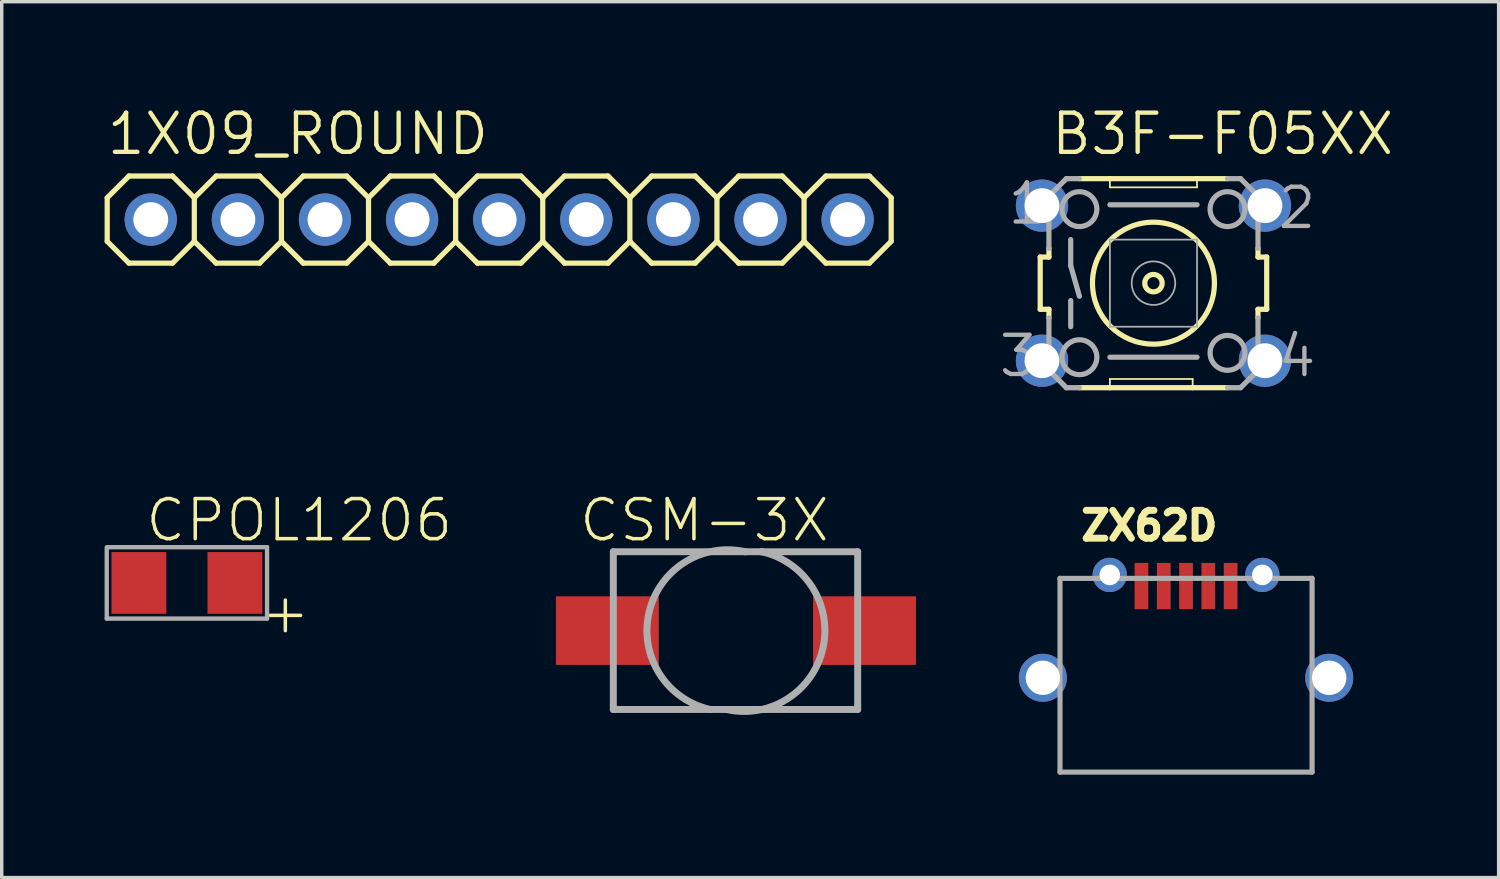
<source format=kicad_pcb>
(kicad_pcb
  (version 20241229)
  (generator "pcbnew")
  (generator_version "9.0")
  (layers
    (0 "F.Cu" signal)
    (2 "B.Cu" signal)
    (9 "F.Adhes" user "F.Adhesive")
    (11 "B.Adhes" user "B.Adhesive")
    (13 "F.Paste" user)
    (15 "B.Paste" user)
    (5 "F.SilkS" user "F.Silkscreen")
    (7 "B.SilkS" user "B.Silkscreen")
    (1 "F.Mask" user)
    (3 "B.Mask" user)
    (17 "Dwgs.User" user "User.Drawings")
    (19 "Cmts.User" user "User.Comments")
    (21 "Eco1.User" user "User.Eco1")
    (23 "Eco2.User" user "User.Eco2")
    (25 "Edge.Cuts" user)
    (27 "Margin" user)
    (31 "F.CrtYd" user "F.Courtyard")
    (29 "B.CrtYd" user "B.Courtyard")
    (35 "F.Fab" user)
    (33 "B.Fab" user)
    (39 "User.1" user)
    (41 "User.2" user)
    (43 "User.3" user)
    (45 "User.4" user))
  (footprint "ZX62D"
    (layer "F.Cu")
    (at 31.534 16.714)
    (property "Reference" "ZX62D" (at -3.16 -3.96 0) (layer "F.SilkS") (effects (font (size 0.813 0.813) (thickness 0.203)) (justify left bottom)))
    (fp_line (start -3.675 -2.9) (end -3.675 2.75) (stroke (width 0.15) (type solid)) (layer "F.Fab"))
    (fp_line (start -3.675 -2.9) (end 3.675 -2.9) (stroke (width 0.15) (type solid)) (layer "F.Fab"))
    (fp_line (start -3.675 2.75) (end 3.675 2.75) (stroke (width 0.15) (type solid)) (layer "F.Fab"))
    (fp_line (start 3.675 -2.9) (end 3.675 2.75) (stroke (width 0.15) (type solid)) (layer "F.Fab"))
    (pad "P$1" smd rect (at -1.3 -2.675 90) (size 1.35 0.4) (layers "F.Cu" "F.Mask" "F.Paste"))
    (pad "P$2" smd rect (at -0.65 -2.675 90) (size 1.35 0.4) (layers "F.Cu" "F.Mask" "F.Paste"))
    (pad "P$3" smd rect (at 0 -2.675 90) (size 1.35 0.4) (layers "F.Cu" "F.Mask" "F.Paste"))
    (pad "P$4" smd roundrect (at 0.65 -2.675 90) (size 1.35 0.4) (layers "F.Cu" "F.Mask" "F.Paste") (roundrect_rratio 0.005))
    (pad "P$5" smd rect (at 1.3 -2.675 90) (size 1.35 0.4) (layers "F.Cu" "F.Mask" "F.Paste"))
    (pad "SH1" thru_hole circle (at -2.225 -3) (size 1 1) (drill 0.6) (layers "*.Cu" "*.Mask"))
    (pad "SH2" thru_hole circle (at 2.225 -3) (size 1 1) (drill 0.6) (layers "*.Cu" "*.Mask"))
    (pad "SH3" thru_hole circle (at -4.175 0) (size 1.4 1.4) (drill 1) (layers "*.Cu" "*.Mask"))
    (pad "SH4" thru_hole circle (at 4.175 0) (size 1.4 1.4) (drill 1) (layers "*.Cu" "*.Mask"))
    (zone (net_name "") (layer "F.Cu") (hatch edge 0.508) (connect_pads) (min_thickness 0.254) (filled_areas_thickness no) (keepout (tracks not_allowed) (vias not_allowed) (pads not_allowed) (copperpour not_allowed) (footprints allowed)) (placement (enabled no)) (fill) (polygon (pts (xy 27.859 15.864) (xy 35.209 15.864) (xy 35.209 14.864) (xy 27.859 14.864))))
    (zone (net_name "") (layer "F.Cu") (hatch edge 0.508) (connect_pads) (min_thickness 0.254) (filled_areas_thickness no) (keepout (tracks not_allowed) (vias not_allowed) (pads not_allowed) (copperpour not_allowed) (footprints allowed)) (placement (enabled no)) (fill) (polygon (pts (xy 27.859 18.164) (xy 35.209 18.164) (xy 35.209 17.564) (xy 27.859 17.564))))
    (zone (net_name "") (layer "F.Cu") (hatch edge 0.508) (connect_pads) (min_thickness 0.254) (filled_areas_thickness no) (keepout (tracks not_allowed) (vias not_allowed) (pads not_allowed) (copperpour not_allowed) (footprints allowed)) (placement (enabled no)) (fill) (polygon (pts (xy 28.934 17.564) (xy 29.484 17.564) (xy 29.484 15.864) (xy 28.934 15.864))))
    (zone (net_name "") (layer "F.Cu") (hatch edge 0.508) (connect_pads) (min_thickness 0.254) (filled_areas_thickness no) (keepout (tracks not_allowed) (vias not_allowed) (pads not_allowed) (copperpour not_allowed) (footprints allowed)) (placement (enabled no)) (fill) (polygon (pts (xy 31.284 17.564) (xy 31.784 17.564) (xy 31.784 15.864) (xy 31.284 15.864))))
    (zone (net_name "") (layer "F.Cu") (hatch edge 0.508) (connect_pads) (min_thickness 0.254) (filled_areas_thickness no) (keepout (tracks not_allowed) (vias not_allowed) (pads not_allowed) (copperpour not_allowed) (footprints allowed)) (placement (enabled no)) (fill) (polygon (pts (xy 33.584 17.564) (xy 34.134 17.564) (xy 34.134 15.864) (xy 33.584 15.864)))))
  (footprint "1X09_ROUND"
    (layer "F.Cu")
    (at 11.506 3.353)
    (property "Reference" "1X09_ROUND" (at -11.506 -1.829 0) (layer "F.SilkS") (effects (font (size 1.143 1.143) (thickness 0.127)) (justify left bottom)))
    (fp_line (start -11.43 -0.635) (end -11.43 0.635) (stroke (width 0.152) (type solid)) (layer "F.SilkS"))
    (fp_line (start -11.43 0.635) (end -10.795 1.27) (stroke (width 0.152) (type solid)) (layer "F.SilkS"))
    (fp_line (start -10.795 -1.27) (end -11.43 -0.635) (stroke (width 0.152) (type solid)) (layer "F.SilkS"))
    (fp_line (start -10.795 -1.27) (end -9.525 -1.27) (stroke (width 0.152) (type solid)) (layer "F.SilkS"))
    (fp_line (start -9.525 -1.27) (end -8.89 -0.635) (stroke (width 0.152) (type solid)) (layer "F.SilkS"))
    (fp_line (start -9.525 1.27) (end -10.795 1.27) (stroke (width 0.152) (type solid)) (layer "F.SilkS"))
    (fp_line (start -8.89 -0.635) (end -8.89 0.635) (stroke (width 0.152) (type solid)) (layer "F.SilkS"))
    (fp_line (start -8.89 -0.635) (end -8.255 -1.27) (stroke (width 0.152) (type solid)) (layer "F.SilkS"))
    (fp_line (start -8.89 0.635) (end -9.525 1.27) (stroke (width 0.152) (type solid)) (layer "F.SilkS"))
    (fp_line (start -8.255 -1.27) (end -6.985 -1.27) (stroke (width 0.152) (type solid)) (layer "F.SilkS"))
    (fp_line (start -8.255 1.27) (end -8.89 0.635) (stroke (width 0.152) (type solid)) (layer "F.SilkS"))
    (fp_line (start -6.985 -1.27) (end -6.35 -0.635) (stroke (width 0.152) (type solid)) (layer "F.SilkS"))
    (fp_line (start -6.985 1.27) (end -8.255 1.27) (stroke (width 0.152) (type solid)) (layer "F.SilkS"))
    (fp_line (start -6.35 -0.635) (end -6.35 0.635) (stroke (width 0.152) (type solid)) (layer "F.SilkS"))
    (fp_line (start -6.35 -0.635) (end -5.715 -1.27) (stroke (width 0.152) (type solid)) (layer "F.SilkS"))
    (fp_line (start -6.35 0.635) (end -6.985 1.27) (stroke (width 0.152) (type solid)) (layer "F.SilkS"))
    (fp_line (start -5.715 -1.27) (end -4.445 -1.27) (stroke (width 0.152) (type solid)) (layer "F.SilkS"))
    (fp_line (start -5.715 1.27) (end -6.35 0.635) (stroke (width 0.152) (type solid)) (layer "F.SilkS"))
    (fp_line (start -4.445 -1.27) (end -3.81 -0.635) (stroke (width 0.152) (type solid)) (layer "F.SilkS"))
    (fp_line (start -4.445 1.27) (end -5.715 1.27) (stroke (width 0.152) (type solid)) (layer "F.SilkS"))
    (fp_line (start -3.81 -0.635) (end -3.81 0.635) (stroke (width 0.152) (type solid)) (layer "F.SilkS"))
    (fp_line (start -3.81 0.635) (end -4.445 1.27) (stroke (width 0.152) (type solid)) (layer "F.SilkS"))
    (fp_line (start -3.81 0.635) (end -3.175 1.27) (stroke (width 0.152) (type solid)) (layer "F.SilkS"))
    (fp_line (start -3.175 -1.27) (end -3.81 -0.635) (stroke (width 0.152) (type solid)) (layer "F.SilkS"))
    (fp_line (start -3.175 -1.27) (end -1.905 -1.27) (stroke (width 0.152) (type solid)) (layer "F.SilkS"))
    (fp_line (start -1.905 -1.27) (end -1.27 -0.635) (stroke (width 0.152) (type solid)) (layer "F.SilkS"))
    (fp_line (start -1.905 1.27) (end -3.175 1.27) (stroke (width 0.152) (type solid)) (layer "F.SilkS"))
    (fp_line (start -1.27 -0.635) (end -1.27 0.635) (stroke (width 0.152) (type solid)) (layer "F.SilkS"))
    (fp_line (start -1.27 -0.635) (end -0.635 -1.27) (stroke (width 0.152) (type solid)) (layer "F.SilkS"))
    (fp_line (start -1.27 0.635) (end -1.905 1.27) (stroke (width 0.152) (type solid)) (layer "F.SilkS"))
    (fp_line (start -0.635 -1.27) (end 0.635 -1.27) (stroke (width 0.152) (type solid)) (layer "F.SilkS"))
    (fp_line (start -0.635 1.27) (end -1.27 0.635) (stroke (width 0.152) (type solid)) (layer "F.SilkS"))
    (fp_line (start 0.635 -1.27) (end 1.27 -0.635) (stroke (width 0.152) (type solid)) (layer "F.SilkS"))
    (fp_line (start 0.635 1.27) (end -0.635 1.27) (stroke (width 0.152) (type solid)) (layer "F.SilkS"))
    (fp_line (start 1.27 -0.635) (end 1.27 0.635) (stroke (width 0.152) (type solid)) (layer "F.SilkS"))
    (fp_line (start 1.27 -0.635) (end 1.905 -1.27) (stroke (width 0.152) (type solid)) (layer "F.SilkS"))
    (fp_line (start 1.27 0.635) (end 0.635 1.27) (stroke (width 0.152) (type solid)) (layer "F.SilkS"))
    (fp_line (start 1.905 -1.27) (end 3.175 -1.27) (stroke (width 0.152) (type solid)) (layer "F.SilkS"))
    (fp_line (start 1.905 1.27) (end 1.27 0.635) (stroke (width 0.152) (type solid)) (layer "F.SilkS"))
    (fp_line (start 3.175 -1.27) (end 3.81 -0.635) (stroke (width 0.152) (type solid)) (layer "F.SilkS"))
    (fp_line (start 3.175 1.27) (end 1.905 1.27) (stroke (width 0.152) (type solid)) (layer "F.SilkS"))
    (fp_line (start 3.81 -0.635) (end 3.81 0.635) (stroke (width 0.152) (type solid)) (layer "F.SilkS"))
    (fp_line (start 3.81 0.635) (end 3.175 1.27) (stroke (width 0.152) (type solid)) (layer "F.SilkS"))
    (fp_line (start 3.81 0.635) (end 4.445 1.27) (stroke (width 0.152) (type solid)) (layer "F.SilkS"))
    (fp_line (start 4.445 -1.27) (end 3.81 -0.635) (stroke (width 0.152) (type solid)) (layer "F.SilkS"))
    (fp_line (start 4.445 -1.27) (end 5.715 -1.27) (stroke (width 0.152) (type solid)) (layer "F.SilkS"))
    (fp_line (start 5.715 -1.27) (end 6.35 -0.635) (stroke (width 0.152) (type solid)) (layer "F.SilkS"))
    (fp_line (start 5.715 1.27) (end 4.445 1.27) (stroke (width 0.152) (type solid)) (layer "F.SilkS"))
    (fp_line (start 6.35 -0.635) (end 6.35 0.635) (stroke (width 0.152) (type solid)) (layer "F.SilkS"))
    (fp_line (start 6.35 -0.635) (end 6.985 -1.27) (stroke (width 0.152) (type solid)) (layer "F.SilkS"))
    (fp_line (start 6.35 0.635) (end 5.715 1.27) (stroke (width 0.152) (type solid)) (layer "F.SilkS"))
    (fp_line (start 6.985 -1.27) (end 8.255 -1.27) (stroke (width 0.152) (type solid)) (layer "F.SilkS"))
    (fp_line (start 6.985 1.27) (end 6.35 0.635) (stroke (width 0.152) (type solid)) (layer "F.SilkS"))
    (fp_line (start 8.255 -1.27) (end 8.89 -0.635) (stroke (width 0.152) (type solid)) (layer "F.SilkS"))
    (fp_line (start 8.255 1.27) (end 6.985 1.27) (stroke (width 0.152) (type solid)) (layer "F.SilkS"))
    (fp_line (start 8.89 -0.635) (end 8.89 0.635) (stroke (width 0.152) (type solid)) (layer "F.SilkS"))
    (fp_line (start 8.89 0.635) (end 8.255 1.27) (stroke (width 0.152) (type solid)) (layer "F.SilkS"))
    (fp_line (start 8.89 0.635) (end 9.525 1.27) (stroke (width 0.152) (type solid)) (layer "F.SilkS"))
    (fp_line (start 9.525 -1.27) (end 8.89 -0.635) (stroke (width 0.152) (type solid)) (layer "F.SilkS"))
    (fp_line (start 9.525 -1.27) (end 10.795 -1.27) (stroke (width 0.152) (type solid)) (layer "F.SilkS"))
    (fp_line (start 10.795 -1.27) (end 11.43 -0.635) (stroke (width 0.152) (type solid)) (layer "F.SilkS"))
    (fp_line (start 10.795 1.27) (end 9.525 1.27) (stroke (width 0.152) (type solid)) (layer "F.SilkS"))
    (fp_line (start 11.43 -0.635) (end 11.43 0.635) (stroke (width 0.152) (type solid)) (layer "F.SilkS"))
    (fp_line (start 11.43 0.635) (end 10.795 1.27) (stroke (width 0.152) (type solid)) (layer "F.SilkS"))
    (pad "1" thru_hole circle (at -10.16 0 90) (size 1.524 1.524) (drill 1.016) (layers "*.Cu" "*.Mask"))
    (pad "2" thru_hole circle (at -7.62 0 90) (size 1.524 1.524) (drill 1.016) (layers "*.Cu" "*.Mask"))
    (pad "3" thru_hole circle (at -5.08 0 90) (size 1.524 1.524) (drill 1.016) (layers "*.Cu" "*.Mask"))
    (pad "4" thru_hole circle (at -2.54 0 90) (size 1.524 1.524) (drill 1.016) (layers "*.Cu" "*.Mask"))
    (pad "5" thru_hole circle (at 0 0 90) (size 1.524 1.524) (drill 1.016) (layers "*.Cu" "*.Mask"))
    (pad "6" thru_hole circle (at 2.54 0 90) (size 1.524 1.524) (drill 1.016) (layers "*.Cu" "*.Mask"))
    (pad "7" thru_hole circle (at 5.08 0 90) (size 1.524 1.524) (drill 1.016) (layers "*.Cu" "*.Mask"))
    (pad "8" thru_hole circle (at 7.62 0 90) (size 1.524 1.524) (drill 1.016) (layers "*.Cu" "*.Mask"))
    (pad "9" thru_hole circle (at 10.16 0 90) (size 1.524 1.524) (drill 1.016) (layers "*.Cu" "*.Mask")))
  (footprint "CPOL1206"
    (layer "F.Cu")
    (at 2.4 13.947)
    (property "Reference" "CPOL1206" (at -1.27 -1.143 0) (layer "F.SilkS") (effects (font (size 1.168 1.168) (thickness 0.102)) (justify left bottom)))
    (fp_line (start -2.337 -0.991) (end -2.337 1.041) (stroke (width 0.127) (type solid)) (layer "F.Fab"))
    (fp_line (start -2.337 1.041) (end 2.337 1.041) (stroke (width 0.127) (type solid)) (layer "F.Fab"))
    (fp_line (start 2.337 -1.041) (end -2.337 -1.041) (stroke (width 0.127) (type solid)) (layer "F.Fab"))
    (fp_line (start 2.337 1.041) (end 2.337 -1.041) (stroke (width 0.127) (type solid)) (layer "F.Fab"))
    (fp_text user "+" (at 2.08 1.54 0) (layer "F.SilkS") (effects (font (size 1.168 1.168) (thickness 0.102)) (justify left bottom)))
    (pad "+" smd rect (at 1.4 0) (size 1.6 1.8) (layers "F.Cu" "F.Mask" "F.Paste"))
    (pad "-" smd rect (at -1.4 0) (size 1.6 1.8) (layers "F.Cu" "F.Mask" "F.Paste")))
  (footprint "CSM-3X"
    (layer "F.Cu")
    (at 18.409 15.338)
    (property "Reference" "CSM-3X" (at -4.629 -2.533 0) (layer "F.SilkS") (effects (font (size 1.168 1.168) (thickness 0.102)) (justify left bottom)))
    (fp_line (start -3.575 -2.3) (end 0.275 -2.3) (stroke (width 0.203) (type solid)) (layer "F.Fab"))
    (fp_line (start -3.575 2.3) (end -3.575 -2.3) (stroke (width 0.203) (type solid)) (layer "F.Fab"))
    (fp_line (start -0.75 2.3) (end -3.575 2.3) (stroke (width 0.203) (type solid)) (layer "F.Fab"))
    (fp_line (start -0.275 2.3) (end -0.75 2.3) (stroke (width 0.203) (type solid)) (layer "F.Fab"))
    (fp_line (start 0.275 -2.3) (end 0.75 -2.3) (stroke (width 0.203) (type solid)) (layer "F.Fab"))
    (fp_line (start 0.75 -2.3) (end 3.55 -2.3) (stroke (width 0.203) (type solid)) (layer "F.Fab"))
    (fp_line (start 3.55 -2.3) (end 3.55 2.3) (stroke (width 0.203) (type solid)) (layer "F.Fab"))
    (fp_line (start 3.55 2.3) (end -0.275 2.3) (stroke (width 0.203) (type solid)) (layer "F.Fab"))
    (fp_arc (start -0.75 2.3) (mid -2.537499 -0.512501) (end 0.275002 -2.3) (stroke (width 0.2032) (type solid)) (layer "F.Fab"))
    (fp_arc (start 0.75 -2.3) (mid 2.537499 0.512501) (end -0.275002 2.3) (stroke (width 0.2032) (type solid)) (layer "F.Fab"))
    (pad "1" smd rect (at -3.75 0) (size 3 2) (layers "F.Cu" "F.Mask" "F.Paste"))
    (pad "2" smd rect (at 3.75 0) (size 3 2) (layers "F.Cu" "F.Mask" "F.Paste")))
  (footprint "B3F-F05XX"
    (layer "F.Cu")
    (at 30.584 5.207)
    (property "Reference" "B3F-F05XX" (at -3.048 -3.683 0) (layer "F.SilkS") (effects (font (size 1.143 1.143) (thickness 0.127)) (justify left bottom)))
    (fp_line (start -3.302 -0.762) (end -3.302 0.762) (stroke (width 0.152) (type solid)) (layer "F.SilkS"))
    (fp_line (start -3.302 -0.762) (end -3.048 -0.762) (stroke (width 0.152) (type solid)) (layer "F.SilkS"))
    (fp_line (start -3.048 -0.762) (end -3.048 -1.016) (stroke (width 0.152) (type solid)) (layer "F.SilkS"))
    (fp_line (start -3.048 0.762) (end -3.302 0.762) (stroke (width 0.152) (type solid)) (layer "F.SilkS"))
    (fp_line (start -3.048 0.762) (end -3.048 1.016) (stroke (width 0.152) (type solid)) (layer "F.SilkS"))
    (fp_line (start -2.159 3.048) (end -1.27 3.048) (stroke (width 0.152) (type solid)) (layer "F.SilkS"))
    (fp_line (start -1.27 -3.048) (end -2.159 -3.048) (stroke (width 0.152) (type solid)) (layer "F.SilkS"))
    (fp_line (start -1.27 -3.048) (end -1.27 -2.794) (stroke (width 0.051) (type solid)) (layer "F.SilkS"))
    (fp_line (start -1.27 2.794) (end -1.27 3.048) (stroke (width 0.051) (type solid)) (layer "F.SilkS"))
    (fp_line (start -1.27 3.048) (end 1.143 3.048) (stroke (width 0.152) (type solid)) (layer "F.SilkS"))
    (fp_line (start 1.143 2.794) (end -1.27 2.794) (stroke (width 0.051) (type solid)) (layer "F.SilkS"))
    (fp_line (start 1.143 2.794) (end 1.143 3.048) (stroke (width 0.051) (type solid)) (layer "F.SilkS"))
    (fp_line (start 1.143 3.048) (end 2.159 3.048) (stroke (width 0.152) (type solid)) (layer "F.SilkS"))
    (fp_line (start 1.27 -3.048) (end -1.27 -3.048) (stroke (width 0.152) (type solid)) (layer "F.SilkS"))
    (fp_line (start 1.27 -2.794) (end -1.27 -2.794) (stroke (width 0.051) (type solid)) (layer "F.SilkS"))
    (fp_line (start 1.27 -2.794) (end 1.27 -3.048) (stroke (width 0.051) (type solid)) (layer "F.SilkS"))
    (fp_line (start 2.159 -3.048) (end 1.27 -3.048) (stroke (width 0.152) (type solid)) (layer "F.SilkS"))
    (fp_line (start 3.048 -0.762) (end 3.048 -1.016) (stroke (width 0.152) (type solid)) (layer "F.SilkS"))
    (fp_line (start 3.048 -0.762) (end 3.302 -0.762) (stroke (width 0.152) (type solid)) (layer "F.SilkS"))
    (fp_line (start 3.048 0.762) (end 3.048 1.016) (stroke (width 0.152) (type solid)) (layer "F.SilkS"))
    (fp_line (start 3.302 0.762) (end 3.048 0.762) (stroke (width 0.152) (type solid)) (layer "F.SilkS"))
    (fp_line (start 3.302 0.762) (end 3.302 -0.762) (stroke (width 0.152) (type solid)) (layer "F.SilkS"))
    (fp_circle (center 0 0) (end 0.254 0) (stroke (width 0.152) (type solid)) (fill no) (layer "F.SilkS"))
    (fp_circle (center 0 0) (end 1.778 0) (stroke (width 0.152) (type solid)) (fill no) (layer "F.SilkS"))
    (fp_line (start -3.048 -2.54) (end -3.048 -1.016) (stroke (width 0.152) (type solid)) (layer "F.Fab"))
    (fp_line (start -3.048 2.54) (end -3.048 1.016) (stroke (width 0.152) (type solid)) (layer "F.Fab"))
    (fp_line (start -2.54 -3.048) (end -3.048 -2.54) (stroke (width 0.152) (type solid)) (layer "F.Fab"))
    (fp_line (start -2.54 -3.048) (end -2.159 -3.048) (stroke (width 0.152) (type solid)) (layer "F.Fab"))
    (fp_line (start -2.54 3.048) (end -3.048 2.54) (stroke (width 0.152) (type solid)) (layer "F.Fab"))
    (fp_line (start -2.54 3.048) (end -2.159 3.048) (stroke (width 0.152) (type solid)) (layer "F.Fab"))
    (fp_line (start -2.413 -1.27) (end -2.413 -0.508) (stroke (width 0.152) (type solid)) (layer "F.Fab"))
    (fp_line (start -2.413 -0.508) (end -2.159 0.381) (stroke (width 0.152) (type solid)) (layer "F.Fab"))
    (fp_line (start -2.413 0.508) (end -2.413 1.27) (stroke (width 0.152) (type solid)) (layer "F.Fab"))
    (fp_line (start -1.27 -1.27) (end -1.27 1.27) (stroke (width 0.051) (type solid)) (layer "F.Fab"))
    (fp_line (start -1.27 -1.27) (end 1.27 -1.27) (stroke (width 0.051) (type solid)) (layer "F.Fab"))
    (fp_line (start -1.27 2.159) (end 1.27 2.159) (stroke (width 0.152) (type solid)) (layer "F.Fab"))
    (fp_line (start 1.27 -2.286) (end -1.27 -2.286) (stroke (width 0.152) (type solid)) (layer "F.Fab"))
    (fp_line (start 1.27 1.27) (end -1.27 1.27) (stroke (width 0.051) (type solid)) (layer "F.Fab"))
    (fp_line (start 1.27 1.27) (end 1.27 -1.27) (stroke (width 0.051) (type solid)) (layer "F.Fab"))
    (fp_line (start 2.54 -3.048) (end 2.159 -3.048) (stroke (width 0.152) (type solid)) (layer "F.Fab"))
    (fp_line (start 2.54 3.048) (end 2.159 3.048) (stroke (width 0.152) (type solid)) (layer "F.Fab"))
    (fp_line (start 2.54 3.048) (end 3.048 2.54) (stroke (width 0.152) (type solid)) (layer "F.Fab"))
    (fp_line (start 3.048 -2.54) (end 2.54 -3.048) (stroke (width 0.152) (type solid)) (layer "F.Fab"))
    (fp_line (start 3.048 -1.016) (end 3.048 -2.54) (stroke (width 0.152) (type solid)) (layer "F.Fab"))
    (fp_line (start 3.048 2.54) (end 3.048 1.016) (stroke (width 0.152) (type solid)) (layer "F.Fab"))
    (fp_circle (center -2.159 -2.159) (end -1.651 -2.159) (stroke (width 0.152) (type solid)) (fill no) (layer "F.Fab"))
    (fp_circle (center -2.159 2.159) (end -1.651 2.159) (stroke (width 0.152) (type solid)) (fill no) (layer "F.Fab"))
    (fp_circle (center 0 0) (end 0.635 0) (stroke (width 0.051) (type solid)) (fill no) (layer "F.Fab"))
    (fp_circle (center 2.159 -2.159) (end 2.667 -2.159) (stroke (width 0.152) (type solid)) (fill no) (layer "F.Fab"))
    (fp_circle (center 2.159 2.032) (end 2.667 2.032) (stroke (width 0.152) (type solid)) (fill no) (layer "F.Fab"))
    (fp_text user "2" (at 3.556 -1.524 0) (layer "F.Fab") (effects (font (size 1.143 1.143) (thickness 0.127)) (justify left bottom)))
    (fp_text user "3" (at -4.572 2.794 0) (layer "F.Fab") (effects (font (size 1.143 1.143) (thickness 0.127)) (justify left bottom)))
    (fp_text user "1" (at -4.318 -1.651 0) (layer "F.Fab") (effects (font (size 1.143 1.143) (thickness 0.127)) (justify left bottom)))
    (fp_text user "4" (at 3.556 2.794 0) (layer "F.Fab") (effects (font (size 1.143 1.143) (thickness 0.127)) (justify left bottom)))
    (pad "1" thru_hole circle (at -3.25 -2.261) (size 1.524 1.524) (drill 1.016) (layers "*.Cu" "*.Mask"))
    (pad "2" thru_hole circle (at 3.25 -2.261) (size 1.524 1.524) (drill 1.016) (layers "*.Cu" "*.Mask"))
    (pad "3" thru_hole circle (at -3.25 2.261) (size 1.524 1.524) (drill 1.016) (layers "*.Cu" "*.Mask"))
    (pad "4" thru_hole circle (at 3.25 2.261) (size 1.524 1.524) (drill 1.016) (layers "*.Cu" "*.Mask")))
  (gr_rect
    (start -3 -3)
    (end 40.649 22.539)
    (stroke (width 0.1) (type default))
    (fill no)
    (layer "Edge.Cuts")))
</source>
